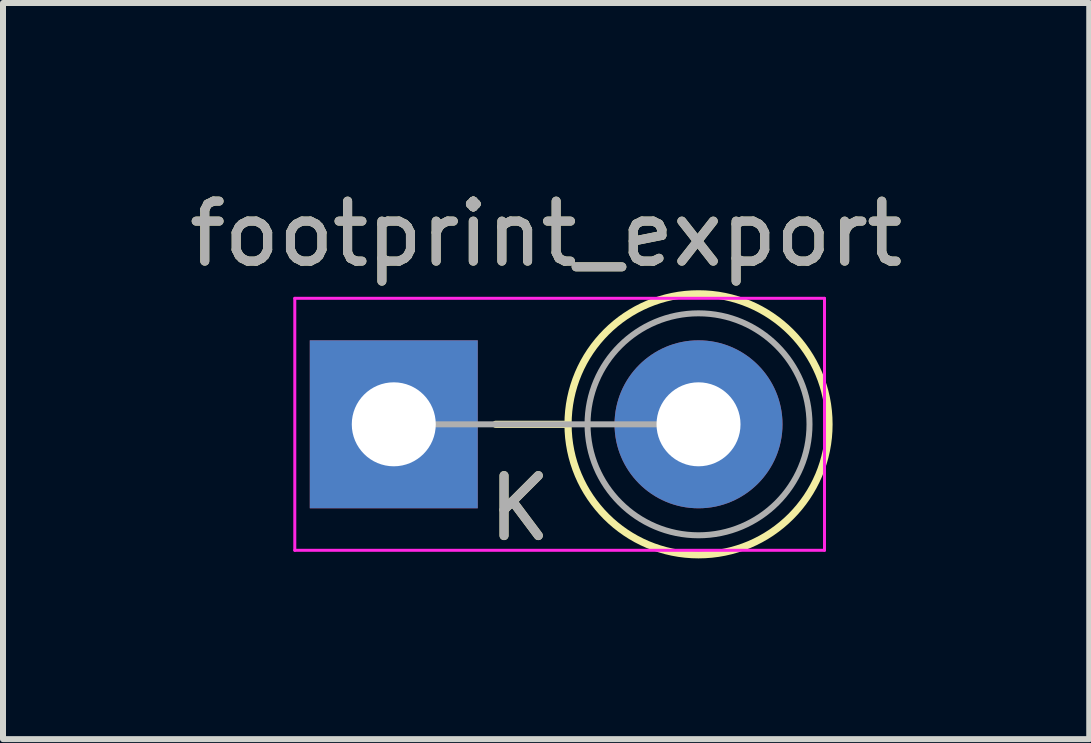
<source format=kicad_pcb>
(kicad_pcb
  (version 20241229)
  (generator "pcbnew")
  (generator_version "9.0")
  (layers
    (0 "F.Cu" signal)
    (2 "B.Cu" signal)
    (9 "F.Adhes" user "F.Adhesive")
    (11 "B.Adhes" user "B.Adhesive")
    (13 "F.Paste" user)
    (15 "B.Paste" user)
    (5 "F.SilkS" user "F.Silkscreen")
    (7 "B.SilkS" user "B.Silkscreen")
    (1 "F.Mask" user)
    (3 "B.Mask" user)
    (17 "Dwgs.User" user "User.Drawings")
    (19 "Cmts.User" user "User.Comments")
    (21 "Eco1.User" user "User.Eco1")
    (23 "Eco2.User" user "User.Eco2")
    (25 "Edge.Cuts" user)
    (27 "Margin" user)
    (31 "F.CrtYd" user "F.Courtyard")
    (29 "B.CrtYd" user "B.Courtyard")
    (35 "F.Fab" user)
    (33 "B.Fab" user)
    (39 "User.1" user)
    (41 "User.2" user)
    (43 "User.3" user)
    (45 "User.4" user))
  (footprint "footprint_export"
    (layer "F.Cu")
    (at 3.514 4.023)
    (property "Reference" "footprint_export" (at 2.54 -3.175 0) (layer "F.SilkS") (effects (font (size 1 1) (thickness 0.15))))
    (attr through_hole)
    (fp_line (start 2.905 0) (end 1.7 0) (stroke (width 0.12) (type solid)) (layer "F.SilkS"))
    (fp_circle (center 5.08 0) (end 7.255 0) (stroke (width 0.12) (type solid)) (fill no) (layer "F.SilkS"))
    (fp_line (start -1.65 -2.1) (end -1.65 2.1) (stroke (width 0.05) (type solid)) (layer "F.CrtYd"))
    (fp_line (start -1.65 2.1) (end 7.18 2.1) (stroke (width 0.05) (type solid)) (layer "F.CrtYd"))
    (fp_line (start 7.18 -2.1) (end -1.65 -2.1) (stroke (width 0.05) (type solid)) (layer "F.CrtYd"))
    (fp_line (start 7.18 2.1) (end 7.18 -2.1) (stroke (width 0.05) (type solid)) (layer "F.CrtYd"))
    (fp_line (start 0 0) (end 5.08 0) (stroke (width 0.1) (type solid)) (layer "F.Fab"))
    (fp_circle (center 5.08 0) (end 6.93 0) (stroke (width 0.1) (type solid)) (fill no) (layer "F.Fab"))
    (fp_text user "K" (at 2.1 1.4 0) (layer "F.SilkS") (effects (font (size 1 1) (thickness 0.15))))
    (fp_text user "K" (at 2.1 1.4 0) (layer "F.Fab") (effects (font (size 1 1) (thickness 0.15))))
    (fp_text user "${REFERENCE}" (at 2.54 -3.175 0) (layer "F.Fab") (effects (font (size 1 1) (thickness 0.15))))
    (pad "1" thru_hole rect (at 0 0) (size 2.8 2.8) (drill 1.4) (layers "*.Cu" "*.Mask"))
    (pad "2" thru_hole oval (at 5.08 0) (size 2.8 2.8) (drill 1.4) (layers "*.Cu" "*.Mask")))
  (gr_rect
    (start -3 -3)
    (end 15.107 9.271)
    (stroke (width 0.1) (type default))
    (fill no)
    (layer "Edge.Cuts")))
</source>
